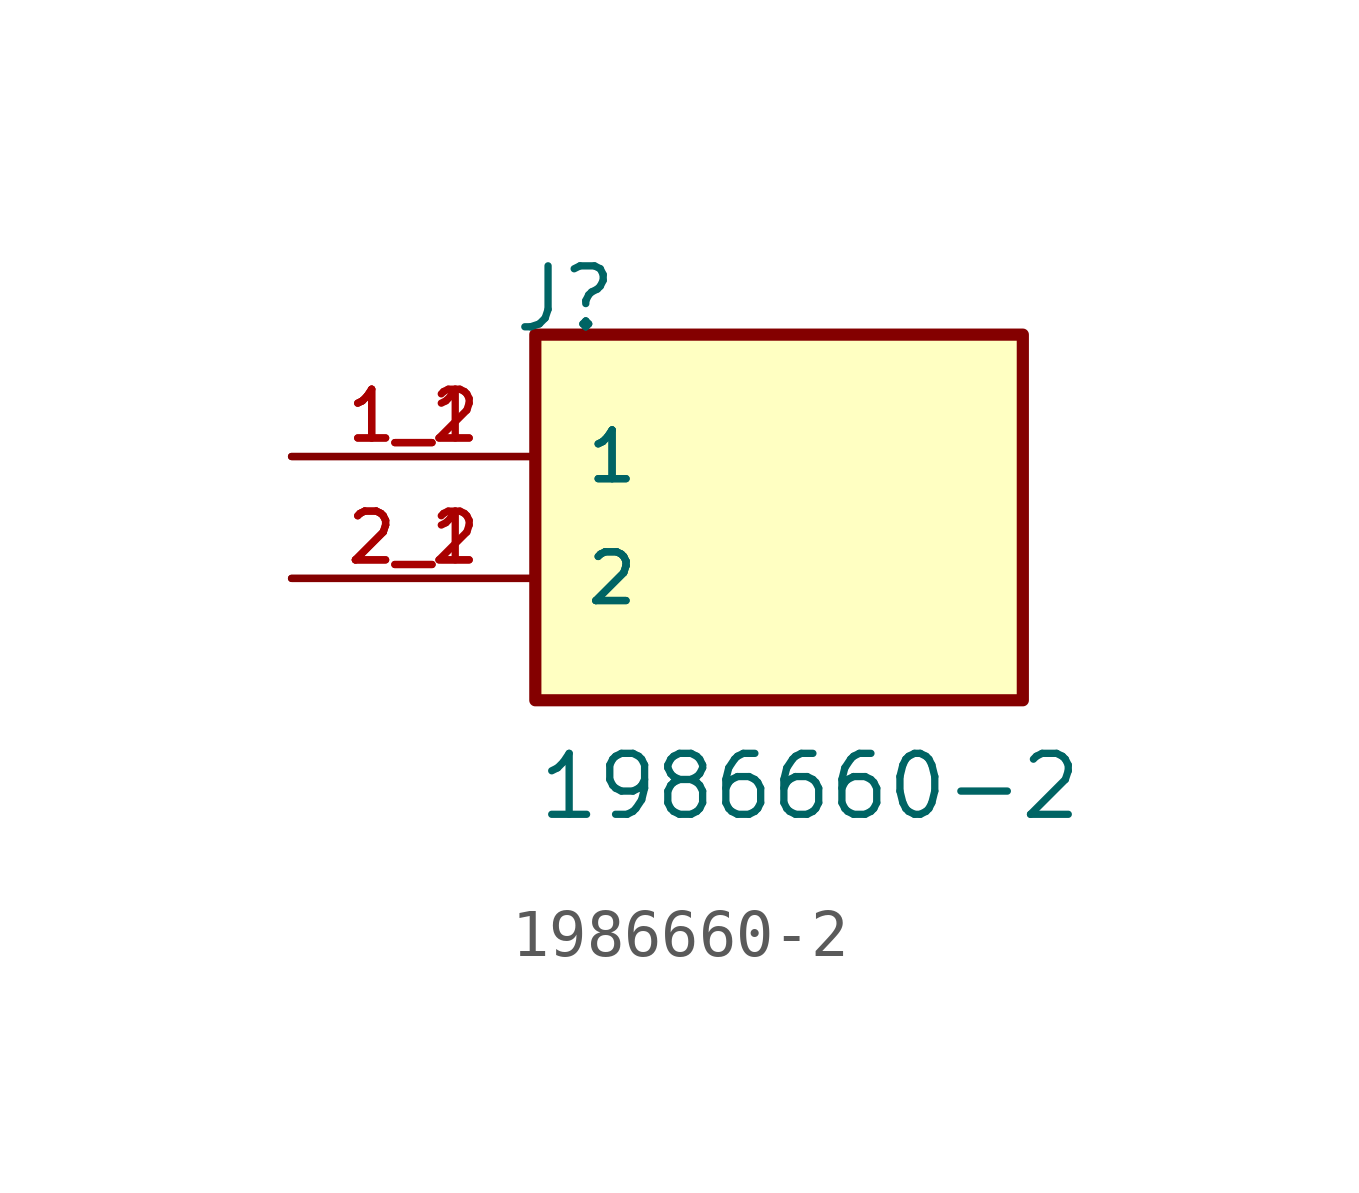
<source format=kicad_sym>
(kicad_symbol_lib
  (version 20211014)
  (generator kicad_symbol_editor)
  (symbol "1986660-2"
    (pin_names
      (offset 1.016))
    (property "Reference" "J"
      (at -5.58 5.08 0)
      (effects (font (size 1.27 1.27)) (justify bottom left)))
    (property "Value" "1986660-2"
      (at -5.08 -5.08 0)
      (effects (font (size 1.27 1.27)) (justify bottom left)))
    (symbol "1986660-2_0_0"
      (rectangle (start -5.08 -2.54) (end 5.08 5.08) (stroke (width 0.254)) (fill (type background)))
      (pin passive line (at -10.16 2.54 0) (length 5.08) (name "1" (effects (font (size 1.016 1.016)))) (number "1_1" (effects (font (size 1.016 1.016)))))
      (pin passive line (at -10.16 2.54 0) (length 5.08) (name "1" (effects (font (size 1.016 1.016)))) (number "1_2" (effects (font (size 1.016 1.016)))))
      (pin passive line (at -10.16 0.0 0) (length 5.08) (name "2" (effects (font (size 1.016 1.016)))) (number "2_1" (effects (font (size 1.016 1.016)))))
      (pin passive line (at -10.16 0.0 0) (length 5.08) (name "2" (effects (font (size 1.016 1.016)))) (number "2_2" (effects (font (size 1.016 1.016))))))))
</source>
